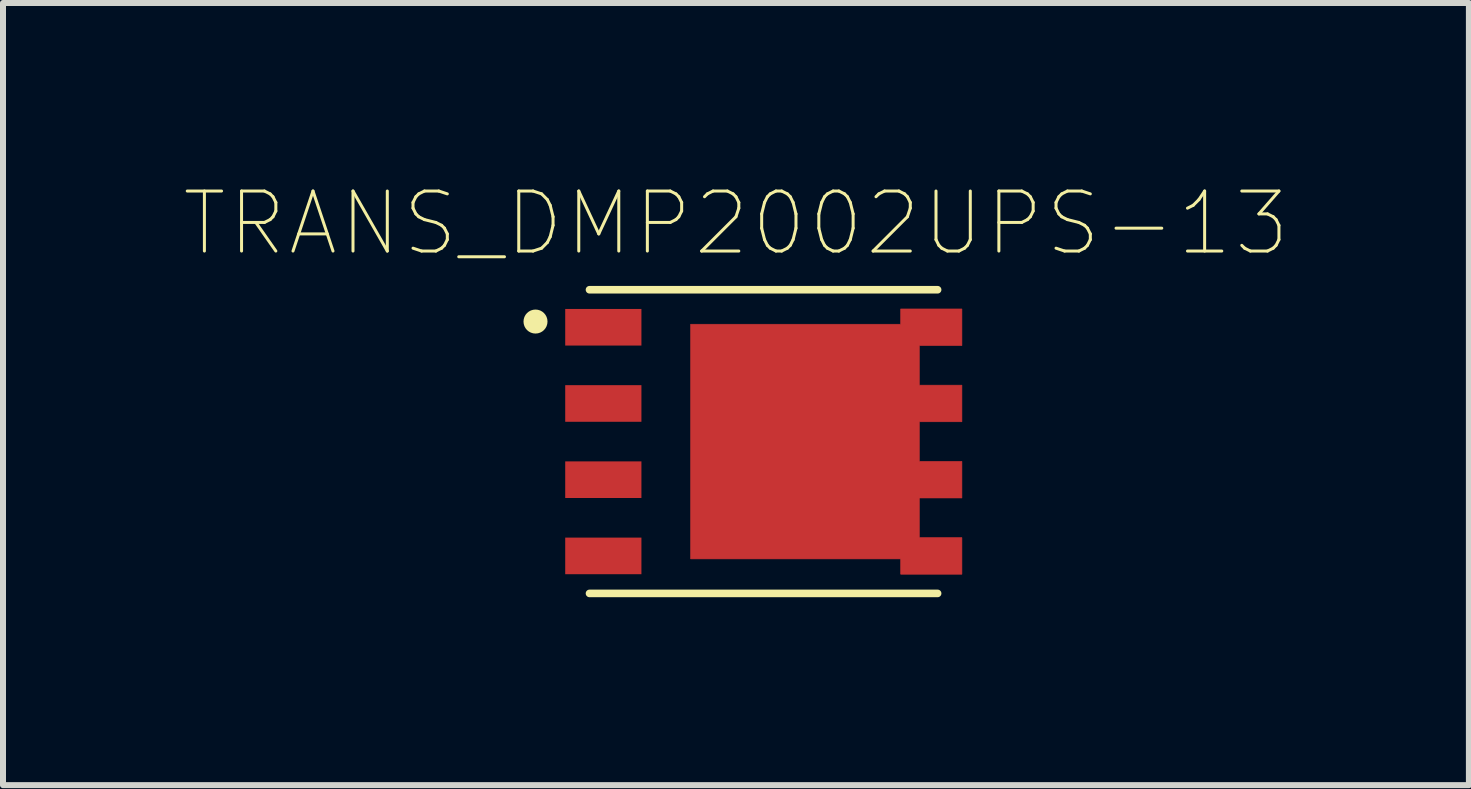
<source format=kicad_pcb>
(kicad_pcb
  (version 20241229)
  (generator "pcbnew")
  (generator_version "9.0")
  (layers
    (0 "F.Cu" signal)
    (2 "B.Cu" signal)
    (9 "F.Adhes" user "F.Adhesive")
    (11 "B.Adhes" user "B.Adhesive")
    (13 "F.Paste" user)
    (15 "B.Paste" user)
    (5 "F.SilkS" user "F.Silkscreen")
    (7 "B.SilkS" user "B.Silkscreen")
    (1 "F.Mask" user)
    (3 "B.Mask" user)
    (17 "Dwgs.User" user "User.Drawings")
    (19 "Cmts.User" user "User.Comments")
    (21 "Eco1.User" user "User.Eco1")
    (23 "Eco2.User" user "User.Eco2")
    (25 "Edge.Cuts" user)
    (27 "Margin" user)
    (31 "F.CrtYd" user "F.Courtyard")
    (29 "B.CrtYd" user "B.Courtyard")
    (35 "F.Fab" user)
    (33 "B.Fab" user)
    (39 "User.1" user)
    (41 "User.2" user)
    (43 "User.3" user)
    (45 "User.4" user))
  (footprint "TRANS_DMP2002UPS-13"
    (layer "F.Cu")
    (at 9.673 4.308)
    (property "Reference" "TRANS_DMP2002UPS-13" (at -0.46 -3.635 0) (layer "F.SilkS") (effects (font (size 1 1) (thickness 0.05))))
    (attr smd)
    (fp_poly (pts (xy -1.215 1.955) (xy -1.215 -1.955) (xy 2.285 -1.955) (xy 2.285 -2.21) (xy 3.305 -2.21) (xy 3.305 -1.6) (xy 2.595 -1.6) (xy 2.595 -0.94) (xy 3.305 -0.94) (xy 3.305 -0.33) (xy 2.595 -0.33) (xy 2.595 0.33) (xy 3.305 0.33) (xy 3.305 0.94) (xy 2.595 0.94) (xy 2.595 1.6) (xy 3.305 1.6) (xy 3.305 2.21) (xy 2.285 2.21) (xy 2.285 1.955)) (stroke (width 0.01) (type solid)) (fill yes) (layer "F.Cu"))
    (fp_poly (pts (xy -1.315 2.055) (xy -1.315 -2.055) (xy 2.185 -2.055) (xy 2.185 -2.31) (xy 3.405 -2.31) (xy 3.405 -1.5) (xy 2.695 -1.5) (xy 2.695 -1.04) (xy 3.405 -1.04) (xy 3.405 -0.23) (xy 2.695 -0.23) (xy 2.695 0.23) (xy 3.405 0.23) (xy 3.405 1.04) (xy 2.695 1.04) (xy 2.695 1.5) (xy 3.405 1.5) (xy 3.405 2.31) (xy 2.185 2.31) (xy 2.185 2.055)) (stroke (width 0.01) (type solid)) (fill yes) (layer "F.Mask"))
    (fp_line (start -2.9 2.53) (end 2.9 2.53) (stroke (width 0.127) (type solid)) (layer "F.SilkS"))
    (fp_line (start 2.9 -2.53) (end -2.9 -2.53) (stroke (width 0.127) (type solid)) (layer "F.SilkS"))
    (fp_circle (center -3.8 -2) (end -3.7 -2) (stroke (width 0.2) (type solid)) (fill no) (layer "F.SilkS"))
    (fp_poly (pts (xy -0.57 -1.235) (xy 1.64 -1.235) (xy 1.64 1.235) (xy -0.57 1.235)) (stroke (width 0) (type solid)) (fill yes) (layer "F.Paste"))
    (fp_poly (pts (xy 2.6 -2.21) (xy 3.305 -2.21) (xy 3.305 -1.6) (xy 2.6 -1.6)) (stroke (width 0) (type solid)) (fill yes) (layer "F.Paste"))
    (fp_poly (pts (xy 2.6 -0.94) (xy 3.305 -0.94) (xy 3.305 -0.33) (xy 2.6 -0.33)) (stroke (width 0) (type solid)) (fill yes) (layer "F.Paste"))
    (fp_poly (pts (xy 2.6 0.33) (xy 3.305 0.33) (xy 3.305 0.94) (xy 2.6 0.94)) (stroke (width 0) (type solid)) (fill yes) (layer "F.Paste"))
    (fp_poly (pts (xy 2.6 1.6) (xy 3.305 1.6) (xy 3.305 2.21) (xy 2.6 2.21)) (stroke (width 0) (type solid)) (fill yes) (layer "F.Paste"))
    (fp_line (start -3.555 -2.7) (end 3.555 -2.7) (stroke (width 0.05) (type solid)) (layer "Eco1.User"))
    (fp_line (start -3.555 2.7) (end -3.555 -2.7) (stroke (width 0.05) (type solid)) (layer "Eco1.User"))
    (fp_line (start 3.555 -2.7) (end 3.555 2.7) (stroke (width 0.05) (type solid)) (layer "Eco1.User"))
    (fp_line (start 3.555 2.7) (end -3.555 2.7) (stroke (width 0.05) (type solid)) (layer "Eco1.User"))
    (fp_line (start -2.9 -2.45) (end -2.9 2.45) (stroke (width 0.127) (type solid)) (layer "Eco2.User"))
    (fp_line (start -2.9 2.45) (end 2.9 2.45) (stroke (width 0.127) (type solid)) (layer "Eco2.User"))
    (fp_line (start 2.9 -2.45) (end -2.9 -2.45) (stroke (width 0.127) (type solid)) (layer "Eco2.User"))
    (fp_line (start 2.9 2.45) (end 2.9 -2.45) (stroke (width 0.127) (type solid)) (layer "Eco2.User"))
    (fp_circle (center -3.8 -2) (end -3.7 -2) (stroke (width 0.2) (type solid)) (fill no) (layer "Eco2.User"))
    (pad "1" smd rect (at -2.67 -1.905) (size 1.27 0.61) (layers "F.Cu" "F.Paste"))
    (pad "2" smd rect (at -2.67 -0.635) (size 1.27 0.61) (layers "F.Cu" "F.Paste"))
    (pad "3" smd rect (at -2.67 0.635) (size 1.27 0.61) (layers "F.Cu" "F.Paste"))
    (pad "4" smd rect (at -2.67 1.905) (size 1.27 0.61) (layers "F.Cu" "F.Paste"))
    (pad "8" smd rect (at 0.535 0) (size 0.5 0.5) (layers "F.Cu")))
  (gr_rect
    (start -3 -3)
    (end 21.426 10.033)
    (stroke (width 0.1) (type default))
    (fill no)
    (layer "Edge.Cuts")))
</source>
